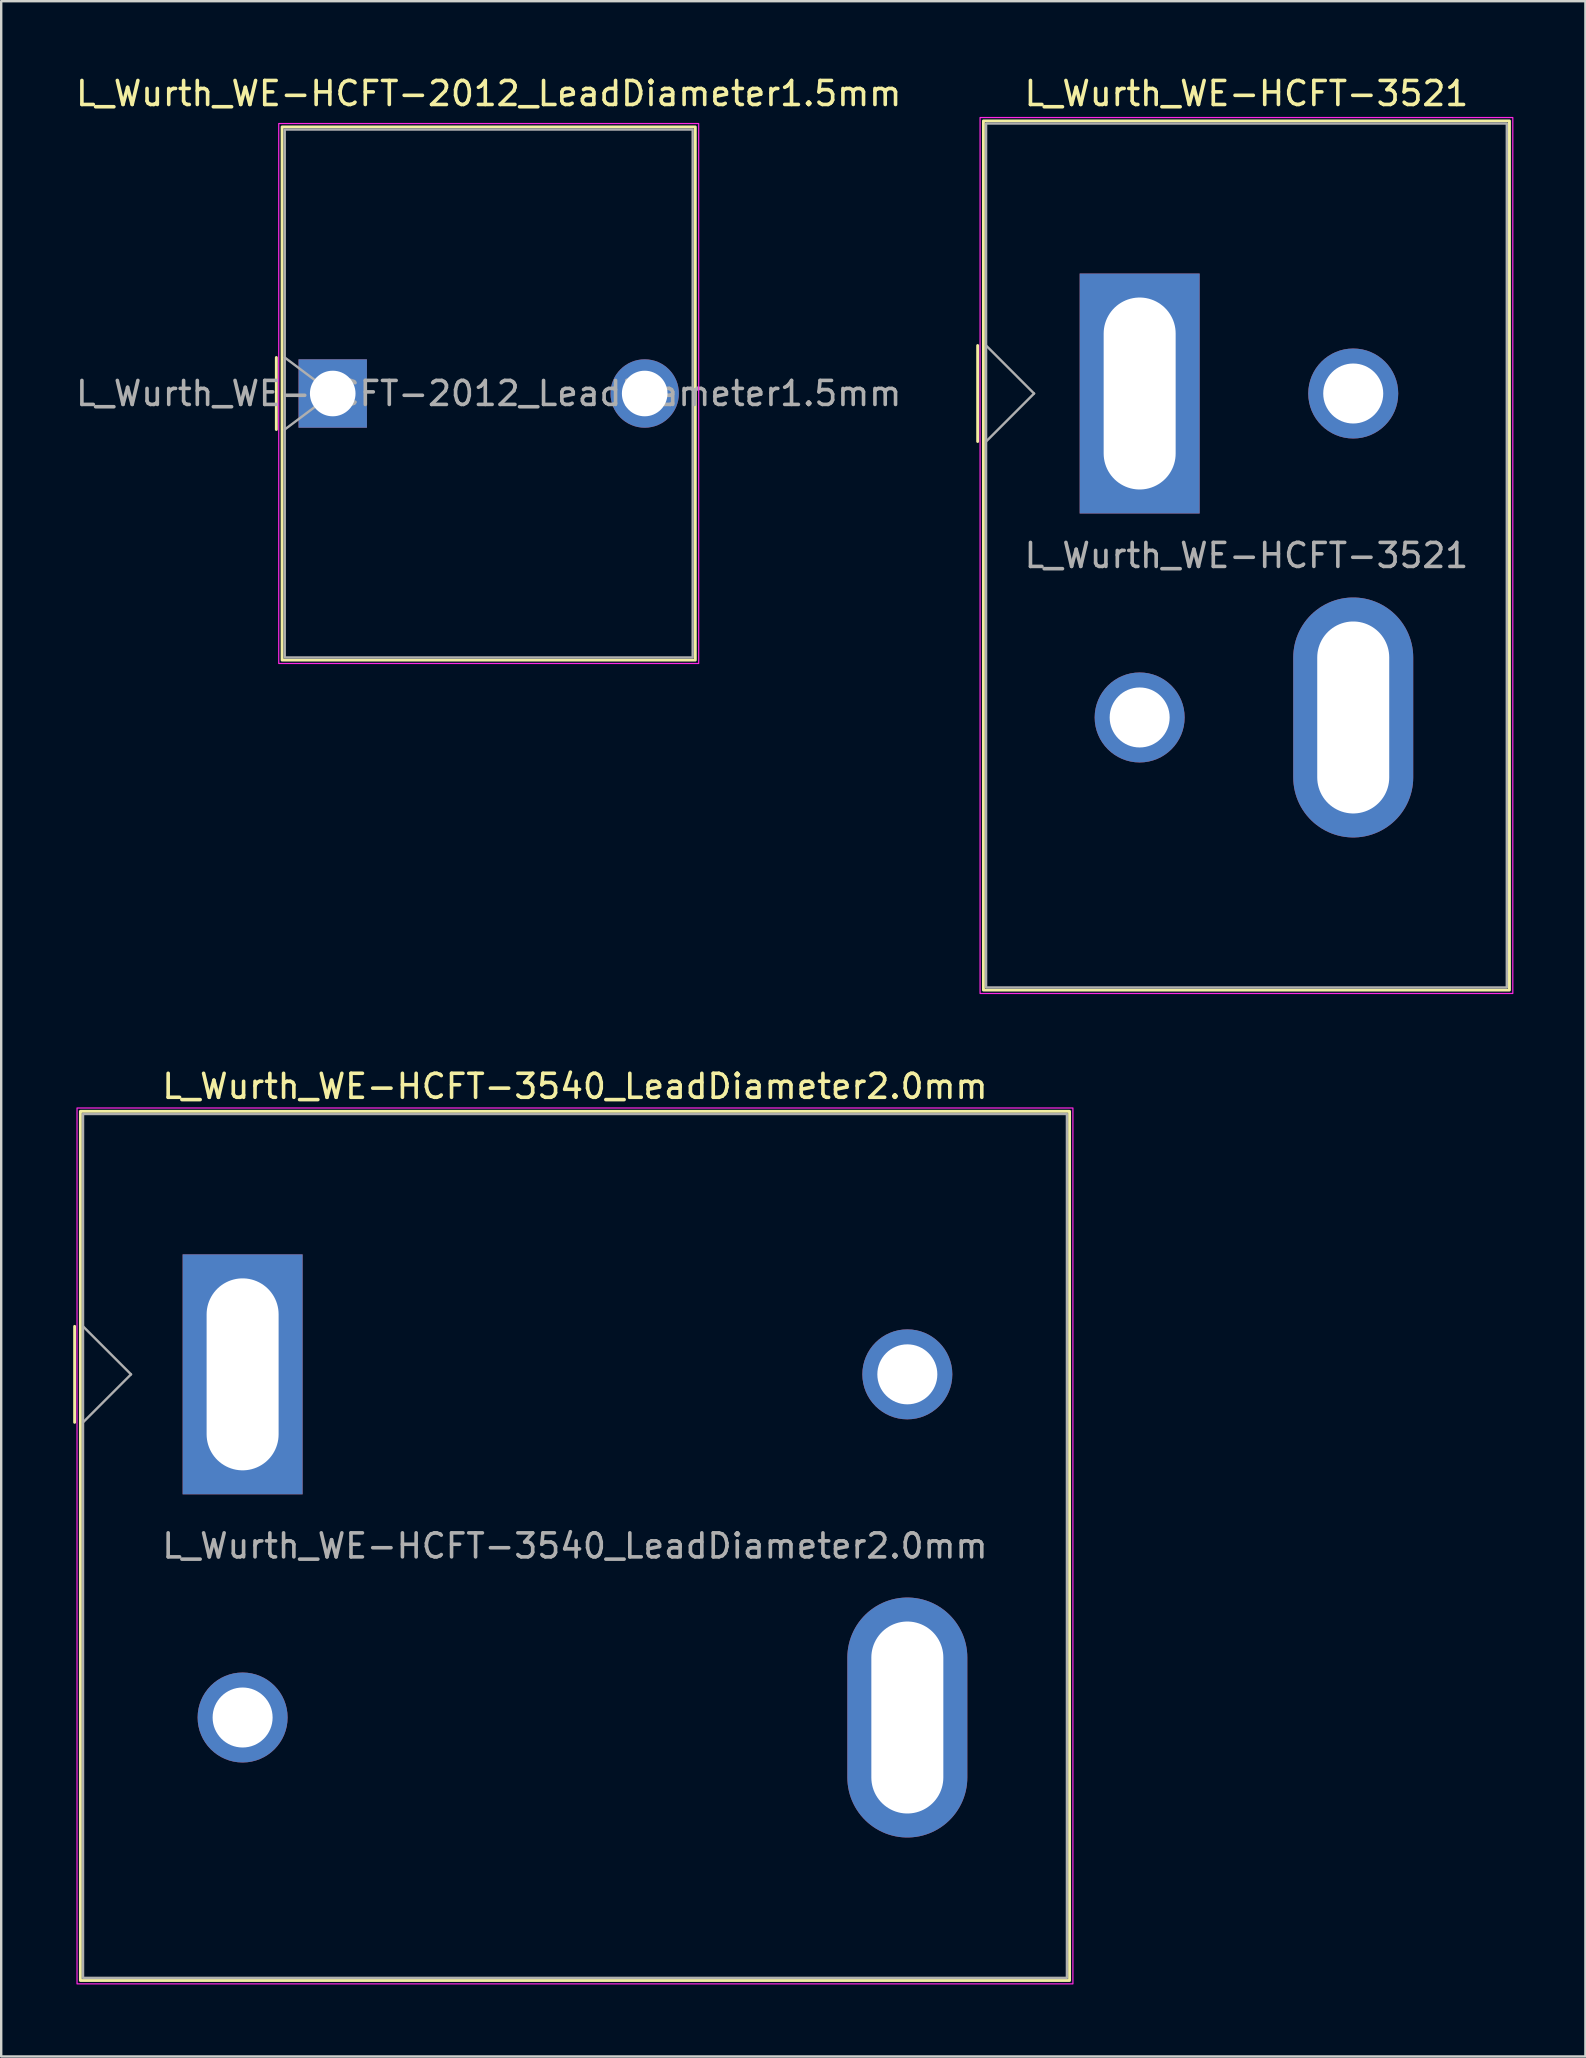
<source format=kicad_pcb>
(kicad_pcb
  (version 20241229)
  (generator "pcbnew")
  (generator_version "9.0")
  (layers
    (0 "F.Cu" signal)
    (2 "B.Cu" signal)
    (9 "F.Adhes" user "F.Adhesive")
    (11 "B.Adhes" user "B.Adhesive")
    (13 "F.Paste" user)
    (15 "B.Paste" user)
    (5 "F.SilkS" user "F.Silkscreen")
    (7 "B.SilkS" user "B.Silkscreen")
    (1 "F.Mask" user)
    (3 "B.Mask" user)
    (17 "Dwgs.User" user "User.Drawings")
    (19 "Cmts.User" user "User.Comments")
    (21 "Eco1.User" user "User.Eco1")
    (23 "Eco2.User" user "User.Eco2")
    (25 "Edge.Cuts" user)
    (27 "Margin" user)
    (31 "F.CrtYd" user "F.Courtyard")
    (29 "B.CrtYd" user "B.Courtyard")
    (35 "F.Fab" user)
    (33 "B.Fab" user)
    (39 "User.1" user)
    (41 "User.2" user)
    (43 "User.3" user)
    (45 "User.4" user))
  (footprint "L_Wurth_WE-HCFT-3540_LeadDiameter2.0mm"
    (layer "F.Cu")
    (at 7.06 54.221)
    (property "Reference" "L_Wurth_WE-HCFT-3540_LeadDiameter2.0mm" (at 13.85 -12 0) (unlocked yes) (layer "F.SilkS") (effects (font (size 1 1) (thickness 0.15))))
    (attr through_hole)
    (fp_line (start -7 2) (end -7 -2) (stroke (width 0.12) (type solid)) (layer "F.SilkS"))
    (fp_rect (start -6.76 -10.96) (end 34.46 25.26) (stroke (width 0.12) (type solid)) (fill no) (layer "F.SilkS"))
    (fp_rect (start -6.9 -11.1) (end 34.6 25.4) (stroke (width 0.05) (type solid)) (fill no) (layer "F.CrtYd"))
    (fp_line (start -6.65 -2) (end -4.65 0) (stroke (width 0.1) (type solid)) (layer "F.Fab"))
    (fp_line (start -4.65 0) (end -6.65 2) (stroke (width 0.1) (type solid)) (layer "F.Fab"))
    (fp_rect (start -6.65 -10.85) (end 34.35 25.15) (stroke (width 0.1) (type solid)) (fill no) (layer "F.Fab"))
    (fp_text user "${REFERENCE}" (at 13.85 7.15 0) (unlocked yes) (layer "F.Fab") (effects (font (size 1 1) (thickness 0.15))))
    (pad "" thru_hole circle (at 0 14.3) (size 3.75 3.75) (drill 2.5) (layers "*.Cu" "*.Mask"))
    (pad "" thru_hole circle (at 27.7 0) (size 3.75 3.75) (drill 2.5) (layers "*.Cu" "*.Mask"))
    (pad "1" thru_hole rect (at 0 0) (size 5 10) (drill oval 3 8) (layers "*.Cu" "*.Mask"))
    (pad "2" thru_hole oval (at 27.7 14.3) (size 5 10) (drill oval 3 8) (layers "*.Cu" "*.Mask")))
  (footprint "L_Wurth_WE-HCFT-2012_LeadDiameter1.5mm"
    (layer "F.Cu")
    (at 10.815 13.348)
    (property "Reference" "L_Wurth_WE-HCFT-2012_LeadDiameter1.5mm" (at 6.5 -12.5 0) (unlocked yes) (layer "F.SilkS") (effects (font (size 1 1) (thickness 0.15))))
    (attr through_hole)
    (fp_line (start -2.35 1.5) (end -2.35 -1.5) (stroke (width 0.12) (type solid)) (layer "F.SilkS"))
    (fp_rect (start -2.11 -11.11) (end 15.11 11.11) (stroke (width 0.12) (type solid)) (fill no) (layer "F.SilkS"))
    (fp_rect (start -2.25 -11.25) (end 15.25 11.25) (stroke (width 0.05) (type solid)) (fill no) (layer "F.CrtYd"))
    (fp_line (start -2 -1.5) (end 0 0) (stroke (width 0.1) (type solid)) (layer "F.Fab"))
    (fp_line (start 0 0) (end -2 1.5) (stroke (width 0.1) (type solid)) (layer "F.Fab"))
    (fp_rect (start -2 -11) (end 15 11) (stroke (width 0.1) (type solid)) (fill no) (layer "F.Fab"))
    (fp_text user "${REFERENCE}" (at 6.5 0 0) (unlocked yes) (layer "F.Fab") (effects (font (size 1 1) (thickness 0.15))))
    (pad "1" thru_hole rect (at 0 0) (size 2.85 2.85) (drill 1.9) (layers "*.Cu" "*.Mask"))
    (pad "2" thru_hole circle (at 13 0) (size 2.85 2.85) (drill 1.9) (layers "*.Cu" "*.Mask")))
  (footprint "L_Wurth_WE-HCFT-3521"
    (layer "F.Cu")
    (at 44.441 13.348)
    (property "Reference" "L_Wurth_WE-HCFT-3521" (at 4.45 -12.5 0) (unlocked yes) (layer "F.SilkS") (effects (font (size 1 1) (thickness 0.15))))
    (attr through_hole)
    (fp_line (start -6.75 -2) (end -6.75 2) (stroke (width 0.12) (type solid)) (layer "F.SilkS"))
    (fp_rect (start -6.51 -11.36) (end 15.41 24.86) (stroke (width 0.12) (type solid)) (fill no) (layer "F.SilkS"))
    (fp_rect (start -6.65 -11.5) (end 15.55 25) (stroke (width 0.05) (type solid)) (fill no) (layer "F.CrtYd"))
    (fp_line (start -6.4 -2) (end -4.4 0) (stroke (width 0.1) (type solid)) (layer "F.Fab"))
    (fp_line (start -4.4 0) (end -6.4 2) (stroke (width 0.1) (type solid)) (layer "F.Fab"))
    (fp_rect (start -6.4 -11.25) (end 15.3 24.75) (stroke (width 0.1) (type solid)) (fill no) (layer "F.Fab"))
    (fp_text user "${REFERENCE}" (at 4.45 6.75 0) (unlocked yes) (layer "F.Fab") (effects (font (size 1 1) (thickness 0.15))))
    (pad "" thru_hole circle (at 0 13.5) (size 3.75 3.75) (drill 2.5) (layers "*.Cu" "*.Mask"))
    (pad "" thru_hole circle (at 8.9 0) (size 3.75 3.75) (drill 2.5) (layers "*.Cu" "*.Mask"))
    (pad "1" thru_hole rect (at 0 0) (size 5 10) (drill oval 3 8) (layers "*.Cu" "*.Mask"))
    (pad "2" thru_hole oval (at 8.9 13.5) (size 5 10) (drill oval 3 8) (layers "*.Cu" "*.Mask")))
  (gr_rect
    (start -3 -3)
    (end 63.016 82.647)
    (stroke (width 0.1) (type default))
    (fill no)
    (layer "Edge.Cuts")))
</source>
